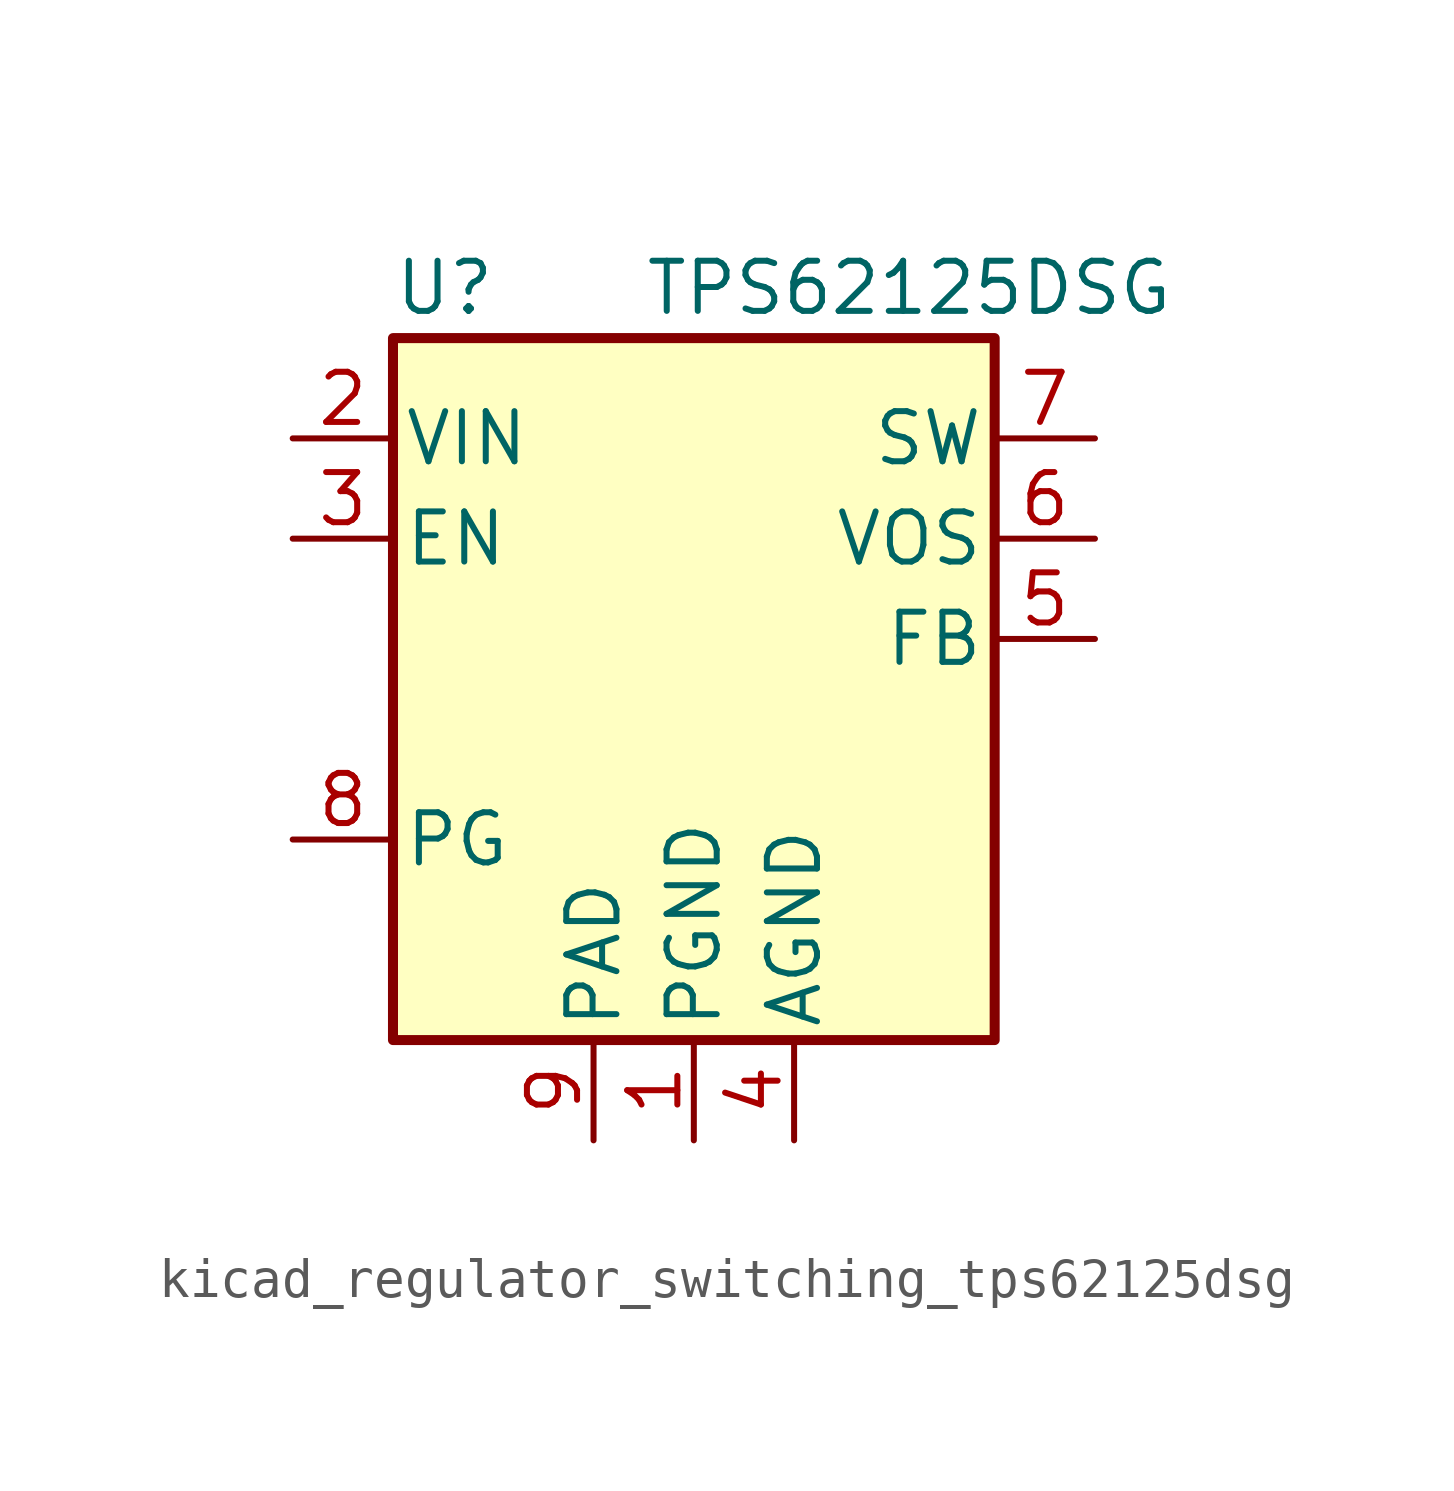
<source format=kicad_sym>
(kicad_symbol_lib
  (version 20220914)
  (generator kicad_symbol_editor)
  (symbol "kicad_regulator_switching_tps62125dsg"
    (pin_names
      (offset 0.254))
    (property "Reference" "U"
      (at -7.62 11.43 0)
      (effects (font (size 1.27 1.27)) (justify left)))
    (property "Value" "TPS62125DSG"
      (at -1.27 11.43 0)
      (effects (font (size 1.27 1.27)) (justify left)))
    (symbol "kicad_regulator_switching_tps62125dsg_0_1"
      (rectangle (start -7.62 10.16) (end 7.62 -7.62) (stroke (width 0.254) (type default)) (fill (type background))))
    (symbol "kicad_regulator_switching_tps62125dsg_1_1"
      (pin power_in line (at 0 -10.16 90) (length 2.54) (name "PGND" (effects (font (size 1.27 1.27)))) (number "1" (effects (font (size 1.27 1.27)))))
      (pin power_in line (at -10.16 7.62 0) (length 2.54) (name "VIN" (effects (font (size 1.27 1.27)))) (number "2" (effects (font (size 1.27 1.27)))))
      (pin input line (at -10.16 5.08 0) (length 2.54) (name "EN" (effects (font (size 1.27 1.27)))) (number "3" (effects (font (size 1.27 1.27)))))
      (pin power_in line (at 2.54 -10.16 90) (length 2.54) (name "AGND" (effects (font (size 1.27 1.27)))) (number "4" (effects (font (size 1.27 1.27)))))
      (pin input line (at 10.16 2.54 180) (length 2.54) (name "FB" (effects (font (size 1.27 1.27)))) (number "5" (effects (font (size 1.27 1.27)))))
      (pin input line (at 10.16 5.08 180) (length 2.54) (name "VOS" (effects (font (size 1.27 1.27)))) (number "6" (effects (font (size 1.27 1.27)))))
      (pin output line (at 10.16 7.62 180) (length 2.54) (name "SW" (effects (font (size 1.27 1.27)))) (number "7" (effects (font (size 1.27 1.27)))))
      (pin open_collector line (at -10.16 -2.54 0) (length 2.54) (name "PG" (effects (font (size 1.27 1.27)))) (number "8" (effects (font (size 1.27 1.27)))))
      (pin power_in line (at -2.54 -10.16 90) (length 2.54) (name "PAD" (effects (font (size 1.27 1.27)))) (number "9" (effects (font (size 1.27 1.27))))))))
</source>
